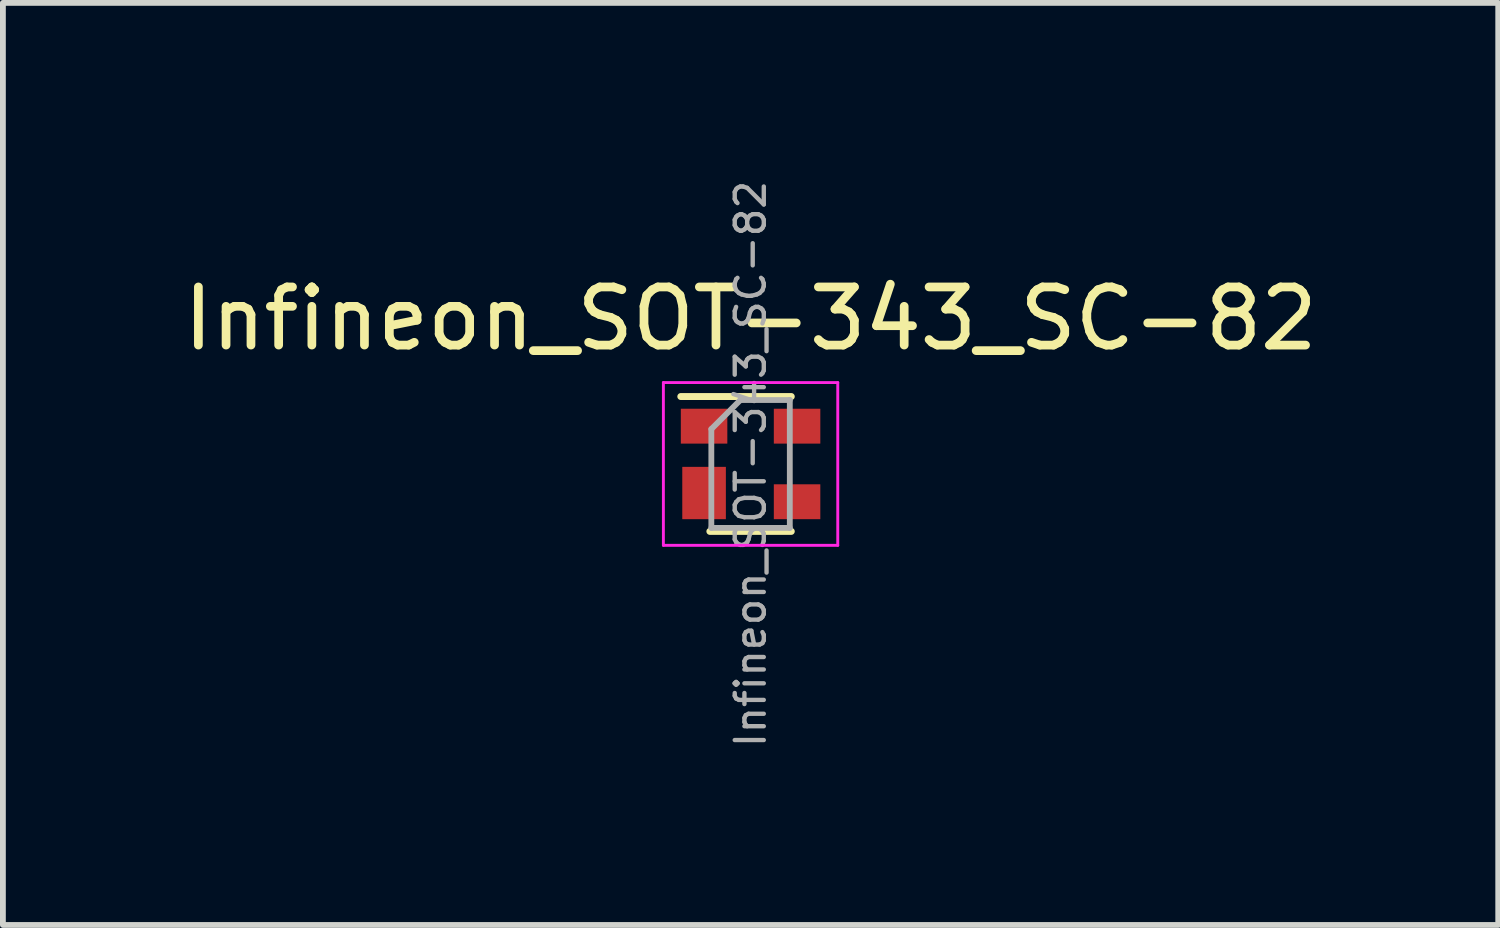
<source format=kicad_pcb>
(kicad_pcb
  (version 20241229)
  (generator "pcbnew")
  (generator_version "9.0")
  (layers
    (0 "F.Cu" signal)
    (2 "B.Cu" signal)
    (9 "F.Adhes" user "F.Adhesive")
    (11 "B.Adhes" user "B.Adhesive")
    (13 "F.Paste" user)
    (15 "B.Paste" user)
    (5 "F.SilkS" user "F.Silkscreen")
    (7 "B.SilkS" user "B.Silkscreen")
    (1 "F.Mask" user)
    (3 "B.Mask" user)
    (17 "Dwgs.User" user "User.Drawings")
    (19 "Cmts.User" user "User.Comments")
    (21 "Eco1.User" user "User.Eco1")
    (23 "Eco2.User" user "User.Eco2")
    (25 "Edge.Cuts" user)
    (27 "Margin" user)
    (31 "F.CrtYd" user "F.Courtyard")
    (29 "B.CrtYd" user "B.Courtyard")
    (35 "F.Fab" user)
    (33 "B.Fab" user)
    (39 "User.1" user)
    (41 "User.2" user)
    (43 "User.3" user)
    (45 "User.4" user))
  (footprint "Infineon_SOT-343_SC-82"
    (layer "F.Cu")
    (at 9.863 4.932)
    (property "Reference" "Infineon_SOT-343_SC-82" (at 0 -2.5 180) (layer "F.SilkS") (effects (font (size 1 1) (thickness 0.15))))
    (attr smd)
    (fp_line (start -0.7 1.16) (end 0.7 1.16) (stroke (width 0.12) (type solid)) (layer "F.SilkS"))
    (fp_line (start 0.7 -1.16) (end -1.2 -1.16) (stroke (width 0.12) (type solid)) (layer "F.SilkS"))
    (fp_line (start -1.5 -1.4) (end -1.5 1.4) (stroke (width 0.05) (type solid)) (layer "F.CrtYd"))
    (fp_line (start -1.5 -1.4) (end 1.5 -1.4) (stroke (width 0.05) (type solid)) (layer "F.CrtYd"))
    (fp_line (start -1.5 1.4) (end 1.5 1.4) (stroke (width 0.05) (type solid)) (layer "F.CrtYd"))
    (fp_line (start 1.5 1.4) (end 1.5 -1.4) (stroke (width 0.05) (type solid)) (layer "F.CrtYd"))
    (fp_line (start -0.675 -0.6) (end -0.675 1.1) (stroke (width 0.1) (type solid)) (layer "F.Fab"))
    (fp_line (start -0.175 -1.1) (end -0.675 -0.6) (stroke (width 0.1) (type solid)) (layer "F.Fab"))
    (fp_line (start 0.675 -1.1) (end -0.175 -1.1) (stroke (width 0.1) (type solid)) (layer "F.Fab"))
    (fp_line (start 0.675 -1.1) (end 0.675 1.1) (stroke (width 0.1) (type solid)) (layer "F.Fab"))
    (fp_line (start 0.675 1.1) (end -0.675 1.1) (stroke (width 0.1) (type solid)) (layer "F.Fab"))
    (fp_text user "${REFERENCE}" (at 0 0 90) (layer "F.Fab") (effects (font (size 0.5 0.5) (thickness 0.075))))
    (pad "1" smd rect (at -0.8 -0.65) (size 0.8 0.6) (layers "F.Cu" "F.Mask" "F.Paste"))
    (pad "2" smd rect (at -0.8 0.5) (size 0.75 0.9) (layers "F.Cu" "F.Mask" "F.Paste"))
    (pad "3" smd rect (at 0.8 0.65) (size 0.8 0.6) (layers "F.Cu" "F.Mask" "F.Paste"))
    (pad "4" smd rect (at 0.8 -0.65) (size 0.8 0.6) (layers "F.Cu" "F.Mask" "F.Paste")))
  (gr_rect
    (start -3 -3)
    (end 22.726 12.863)
    (stroke (width 0.1) (type default))
    (fill no)
    (layer "Edge.Cuts")))
</source>
